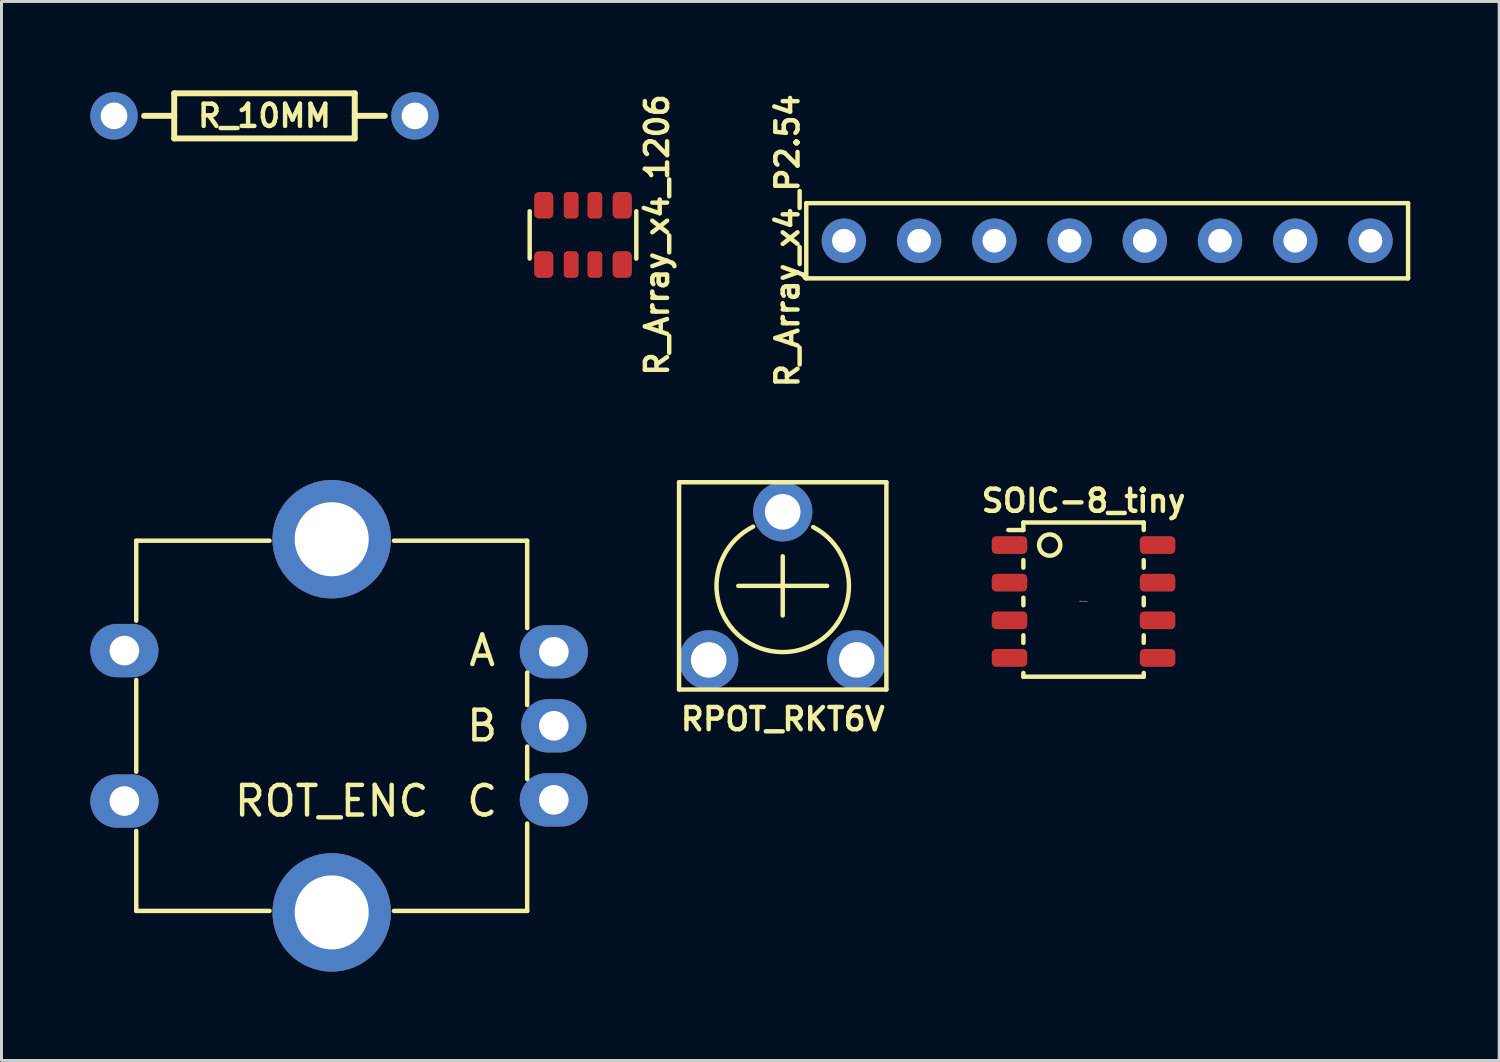
<source format=kicad_pcb>
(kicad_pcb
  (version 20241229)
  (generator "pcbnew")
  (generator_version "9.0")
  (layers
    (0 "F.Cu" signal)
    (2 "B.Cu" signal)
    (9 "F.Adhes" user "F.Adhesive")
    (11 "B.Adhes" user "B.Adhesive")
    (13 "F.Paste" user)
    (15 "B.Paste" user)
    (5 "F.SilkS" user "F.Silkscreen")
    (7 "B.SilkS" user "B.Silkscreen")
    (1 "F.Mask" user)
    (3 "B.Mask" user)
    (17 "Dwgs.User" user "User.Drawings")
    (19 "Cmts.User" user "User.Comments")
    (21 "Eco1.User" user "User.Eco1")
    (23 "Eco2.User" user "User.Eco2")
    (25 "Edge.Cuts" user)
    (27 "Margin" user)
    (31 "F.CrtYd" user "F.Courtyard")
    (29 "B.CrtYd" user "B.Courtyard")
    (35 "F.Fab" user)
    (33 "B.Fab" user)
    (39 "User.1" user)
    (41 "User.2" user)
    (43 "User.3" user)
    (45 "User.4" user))
  (footprint "SOIC-8_tiny"
    (layer "F.Cu")
    (at 33.536 17.259)
    (property "Reference" "SOIC-8_tiny" (at 0 -3.4 0) (layer "F.SilkS") (effects (font (size 0.75 0.75) (thickness 0.15))))
    (attr smd)
    (fp_line (start -2.54 -2.413) (end -2.032 -2.413) (stroke (width 0.15) (type solid)) (layer "F.SilkS"))
    (fp_line (start -2.032 -2.667) (end 2.032 -2.667) (stroke (width 0.15) (type solid)) (layer "F.SilkS"))
    (fp_line (start -2.032 -2.413) (end -2.032 -2.667) (stroke (width 0.15) (type solid)) (layer "F.SilkS"))
    (fp_line (start -2.032 -1.143) (end -2.032 -1.397) (stroke (width 0.15) (type solid)) (layer "F.SilkS"))
    (fp_line (start -2.032 0.127) (end -2.032 -0.127) (stroke (width 0.15) (type solid)) (layer "F.SilkS"))
    (fp_line (start -2.032 1.397) (end -2.032 1.143) (stroke (width 0.15) (type solid)) (layer "F.SilkS"))
    (fp_line (start -2.032 2.54) (end -2.032 2.413) (stroke (width 0.15) (type solid)) (layer "F.SilkS"))
    (fp_line (start 2.032 -2.413) (end 2.032 -2.667) (stroke (width 0.15) (type solid)) (layer "F.SilkS"))
    (fp_line (start 2.032 -1.397) (end 2.032 -1.143) (stroke (width 0.15) (type solid)) (layer "F.SilkS"))
    (fp_line (start 2.032 -0.127) (end 2.032 0.127) (stroke (width 0.15) (type solid)) (layer "F.SilkS"))
    (fp_line (start 2.032 1.143) (end 2.032 1.397) (stroke (width 0.15) (type solid)) (layer "F.SilkS"))
    (fp_line (start 2.032 2.413) (end 2.032 2.54) (stroke (width 0.15) (type solid)) (layer "F.SilkS"))
    (fp_line (start 2.032 2.54) (end -2.032 2.54) (stroke (width 0.15) (type solid)) (layer "F.SilkS"))
    (fp_circle (center -1.143 -1.905) (end -0.889 -1.651) (stroke (width 0.15) (type solid)) (fill no) (layer "F.SilkS"))
    (fp_text user "${REFERENCE}" (at 0 0 0) (layer "F.Fab") (effects (font (size 0.03 0.03) (thickness 0.007))))
    (pad "1" smd roundrect (at -2.5 -1.905) (size 1.2 0.6) (layers "F.Cu" "F.Mask" "F.Paste") (roundrect_rratio 0.25))
    (pad "2" smd roundrect (at -2.5 -0.635) (size 1.2 0.6) (layers "F.Cu" "F.Mask" "F.Paste") (roundrect_rratio 0.25))
    (pad "3" smd roundrect (at -2.5 0.635) (size 1.2 0.6) (layers "F.Cu" "F.Mask" "F.Paste") (roundrect_rratio 0.25))
    (pad "4" smd roundrect (at -2.5 1.905) (size 1.2 0.6) (layers "F.Cu" "F.Mask" "F.Paste") (roundrect_rratio 0.25))
    (pad "5" smd roundrect (at 2.5 1.905) (size 1.2 0.6) (layers "F.Cu" "F.Mask" "F.Paste") (roundrect_rratio 0.25))
    (pad "6" smd roundrect (at 2.5 0.635) (size 1.2 0.6) (layers "F.Cu" "F.Mask" "F.Paste") (roundrect_rratio 0.25))
    (pad "7" smd roundrect (at 2.5 -0.635) (size 1.2 0.6) (layers "F.Cu" "F.Mask" "F.Paste") (roundrect_rratio 0.25))
    (pad "8" smd roundrect (at 2.5 -1.905) (size 1.2 0.6) (layers "F.Cu" "F.Mask" "F.Paste") (roundrect_rratio 0.25)))
  (footprint "ROT_ENC"
    (layer "F.Cu")
    (at 8.15 21.457)
    (property "Reference" "ROT_ENC" (at 0 2.54 0) (layer "F.SilkS") (effects (font (size 1 1) (thickness 0.15))))
    (attr through_hole)
    (fp_line (start -6.6 -6.25) (end -6.6 -3.55) (stroke (width 0.15) (type solid)) (layer "F.SilkS"))
    (fp_line (start -6.6 -6.25) (end -2.1 -6.25) (stroke (width 0.15) (type solid)) (layer "F.SilkS"))
    (fp_line (start -6.6 -1.55) (end -6.6 1.55) (stroke (width 0.15) (type solid)) (layer "F.SilkS"))
    (fp_line (start -6.6 3.55) (end -6.6 6.25) (stroke (width 0.15) (type solid)) (layer "F.SilkS"))
    (fp_line (start -2.1 6.25) (end -6.6 6.25) (stroke (width 0.15) (type solid)) (layer "F.SilkS"))
    (fp_line (start 2.1 -6.25) (end 6.6 -6.25) (stroke (width 0.15) (type solid)) (layer "F.SilkS"))
    (fp_line (start 6.6 -6.25) (end 6.6 -3.3) (stroke (width 0.15) (type solid)) (layer "F.SilkS"))
    (fp_line (start 6.6 -1.8) (end 6.6 -0.7) (stroke (width 0.15) (type solid)) (layer "F.SilkS"))
    (fp_line (start 6.6 0.7) (end 6.6 1.8) (stroke (width 0.15) (type solid)) (layer "F.SilkS"))
    (fp_line (start 6.6 3.3) (end 6.6 6.25) (stroke (width 0.15) (type solid)) (layer "F.SilkS"))
    (fp_line (start 6.6 6.25) (end 2.1 6.25) (stroke (width 0.15) (type solid)) (layer "F.SilkS"))
    (fp_text user "C" (at 5.08 2.54 0) (layer "F.SilkS") (effects (font (size 1 1) (thickness 0.15))))
    (fp_text user "B" (at 5.08 0 0) (layer "F.SilkS") (effects (font (size 1 1) (thickness 0.15))))
    (fp_text user "A" (at 5.08 -2.54 0) (layer "F.SilkS") (effects (font (size 1 1) (thickness 0.15))))
    (pad "" thru_hole circle (at 0 -6.3) (size 4 4) (drill 2.5) (layers "*.Cu" "*.Mask"))
    (pad "" thru_hole circle (at 0 6.3) (size 4 4) (drill 2.5) (layers "*.Cu" "*.Mask"))
    (pad "1" thru_hole oval (at 7.5 -2.5) (size 2.3 1.8) (drill 1) (layers "*.Cu" "*.Mask"))
    (pad "2" thru_hole oval (at 7.5 0) (size 2.2 1.8) (drill 1) (layers "*.Cu" "*.Mask"))
    (pad "3" thru_hole oval (at 7.5 2.5) (size 2.3 1.8) (drill 1) (layers "*.Cu" "*.Mask"))
    (pad "4" thru_hole oval (at -7 2.54) (size 2.3 1.8) (drill 1) (layers "*.Cu" "*.Mask"))
    (pad "5" thru_hole oval (at -7 -2.54) (size 2.3 1.8) (drill 1) (layers "*.Cu" "*.Mask")))
  (footprint "RPOT_RKT6V"
    (layer "F.Cu")
    (at 23.379 19.232)
    (property "Reference" "RPOT_RKT6V" (at 0 2 0) (layer "F.SilkS") (effects (font (size 0.75 0.75) (thickness 0.15))))
    (attr through_hole)
    (fp_line (start -3.5 -6) (end -3.5 1) (stroke (width 0.15) (type solid)) (layer "F.SilkS"))
    (fp_line (start -3.5 -6) (end 3.5 -6) (stroke (width 0.15) (type solid)) (layer "F.SilkS"))
    (fp_line (start -3.5 1) (end 3.5 1) (stroke (width 0.15) (type solid)) (layer "F.SilkS"))
    (fp_line (start 0 -3.5) (end 0 -1.5) (stroke (width 0.15) (type solid)) (layer "F.SilkS"))
    (fp_line (start 1.5 -2.5) (end -1.5 -2.5) (stroke (width 0.15) (type solid)) (layer "F.SilkS"))
    (fp_line (start 3.5 -6) (end 3.5 1) (stroke (width 0.15) (type solid)) (layer "F.SilkS"))
    (fp_arc (start 1.030249 -4.484587) (mid -0.016975 -0.263997) (end -1 -4.5) (stroke (width 0.15) (type solid)) (layer "F.SilkS"))
    (pad "1" thru_hole circle (at -2.5 0) (size 2 2) (drill 1.2) (layers "*.Cu" "*.Mask"))
    (pad "2" thru_hole circle (at 0 -5) (size 2 2) (drill 1.2) (layers "*.Cu" "*.Mask"))
    (pad "3" thru_hole circle (at 2.5 0) (size 2 2) (drill 1.2) (layers "*.Cu" "*.Mask")))
  (footprint "R_10MM"
    (layer "F.Cu")
    (at 5.88 0.862)
    (property "Reference" "R_10MM" (at 0 0 0) (layer "F.SilkS") (effects (font (size 0.75 0.75) (thickness 0.15))))
    (attr through_hole)
    (fp_line (start -3.048 -0.762) (end -3.048 0.762) (stroke (width 0.2) (type solid)) (layer "F.SilkS"))
    (fp_line (start -3.048 -0.762) (end 3.048 -0.762) (stroke (width 0.2) (type solid)) (layer "F.SilkS"))
    (fp_line (start -3.048 0) (end -4.064 0) (stroke (width 0.2) (type solid)) (layer "F.SilkS"))
    (fp_line (start -3.048 0.762) (end 3.048 0.762) (stroke (width 0.2) (type solid)) (layer "F.SilkS"))
    (fp_line (start 3.048 -0.762) (end 3.048 0.762) (stroke (width 0.2) (type solid)) (layer "F.SilkS"))
    (fp_line (start 3.048 0) (end 4.064 0) (stroke (width 0.2) (type solid)) (layer "F.SilkS"))
    (pad "1" thru_hole circle (at -5.08 0) (size 1.6 1.6) (drill 0.9) (layers "*.Cu" "*.Mask"))
    (pad "2" thru_hole circle (at 5.08 0) (size 1.6 1.6) (drill 0.9) (layers "*.Cu" "*.Mask")))
  (footprint "R_Array_x4_1206"
    (layer "F.Cu")
    (at 16.635 4.882)
    (property "Reference" "R_Array_x4_1206" (at 2.5 0 90) (layer "F.SilkS") (effects (font (size 0.75 0.75) (thickness 0.15))))
    (attr through_hole)
    (fp_line (start -1.8 0.8) (end -1.8 -0.8) (stroke (width 0.15) (type solid)) (layer "F.SilkS"))
    (fp_line (start 1.8 -0.8) (end 1.8 0.8) (stroke (width 0.15) (type solid)) (layer "F.SilkS"))
    (pad "1" smd roundrect (at -1.325 1) (size 0.65 0.9) (layers "F.Cu" "F.Mask" "F.Paste") (roundrect_rratio 0.25))
    (pad "2" smd roundrect (at -0.4 1) (size 0.5 0.9) (layers "F.Cu" "F.Mask" "F.Paste") (roundrect_rratio 0.25))
    (pad "3" smd roundrect (at 0.4 1) (size 0.5 0.9) (layers "F.Cu" "F.Mask" "F.Paste") (roundrect_rratio 0.25))
    (pad "4" smd roundrect (at 1.325 1) (size 0.65 0.9) (layers "F.Cu" "F.Mask" "F.Paste") (roundrect_rratio 0.25))
    (pad "5" smd roundrect (at 1.325 -1) (size 0.65 0.9) (layers "F.Cu" "F.Mask" "F.Paste") (roundrect_rratio 0.25))
    (pad "6" smd roundrect (at 0.4 -1) (size 0.5 0.9) (layers "F.Cu" "F.Mask" "F.Paste") (roundrect_rratio 0.25))
    (pad "7" smd roundrect (at -0.4 -1) (size 0.5 0.9) (layers "F.Cu" "F.Mask" "F.Paste") (roundrect_rratio 0.25))
    (pad "8" smd roundrect (at -1.325 -1) (size 0.65 0.9) (layers "F.Cu" "F.Mask" "F.Paste") (roundrect_rratio 0.25)))
  (footprint "R_Array_x4_P2.54"
    (layer "F.Cu")
    (at 34.334 5.079)
    (property "Reference" "R_Array_x4_P2.54" (at -10.795 0 270) (layer "F.SilkS") (effects (font (size 0.75 0.75) (thickness 0.15))))
    (attr through_hole)
    (fp_line (start -10.16 -1.27) (end 10.16 -1.27) (stroke (width 0.15) (type solid)) (layer "F.SilkS"))
    (fp_line (start -10.16 1.27) (end -10.16 -1.27) (stroke (width 0.15) (type solid)) (layer "F.SilkS"))
    (fp_line (start 10.16 -1.27) (end 10.16 1.27) (stroke (width 0.15) (type solid)) (layer "F.SilkS"))
    (fp_line (start 10.16 1.27) (end -10.16 1.27) (stroke (width 0.15) (type solid)) (layer "F.SilkS"))
    (pad "1" thru_hole circle (at -8.89 0) (size 1.5 1.5) (drill 0.8) (layers "*.Cu" "*.Mask"))
    (pad "2" thru_hole circle (at -6.35 0) (size 1.5 1.5) (drill 0.8) (layers "*.Cu" "*.Mask"))
    (pad "3" thru_hole circle (at -3.81 0) (size 1.5 1.5) (drill 0.8) (layers "*.Cu" "*.Mask"))
    (pad "4" thru_hole circle (at -1.27 0) (size 1.5 1.5) (drill 0.8) (layers "*.Cu" "*.Mask"))
    (pad "5" thru_hole circle (at 1.27 0) (size 1.5 1.5) (drill 0.8) (layers "*.Cu" "*.Mask"))
    (pad "6" thru_hole circle (at 3.81 0) (size 1.5 1.5) (drill 0.8) (layers "*.Cu" "*.Mask"))
    (pad "7" thru_hole circle (at 6.35 0) (size 1.5 1.5) (drill 0.8) (layers "*.Cu" "*.Mask"))
    (pad "8" thru_hole circle (at 8.89 0) (size 1.5 1.5) (drill 0.8) (layers "*.Cu" "*.Mask")))
  (gr_rect
    (start -3 -3)
    (end 47.569 32.757)
    (stroke (width 0.1) (type default))
    (fill no)
    (layer "Edge.Cuts")))
</source>
